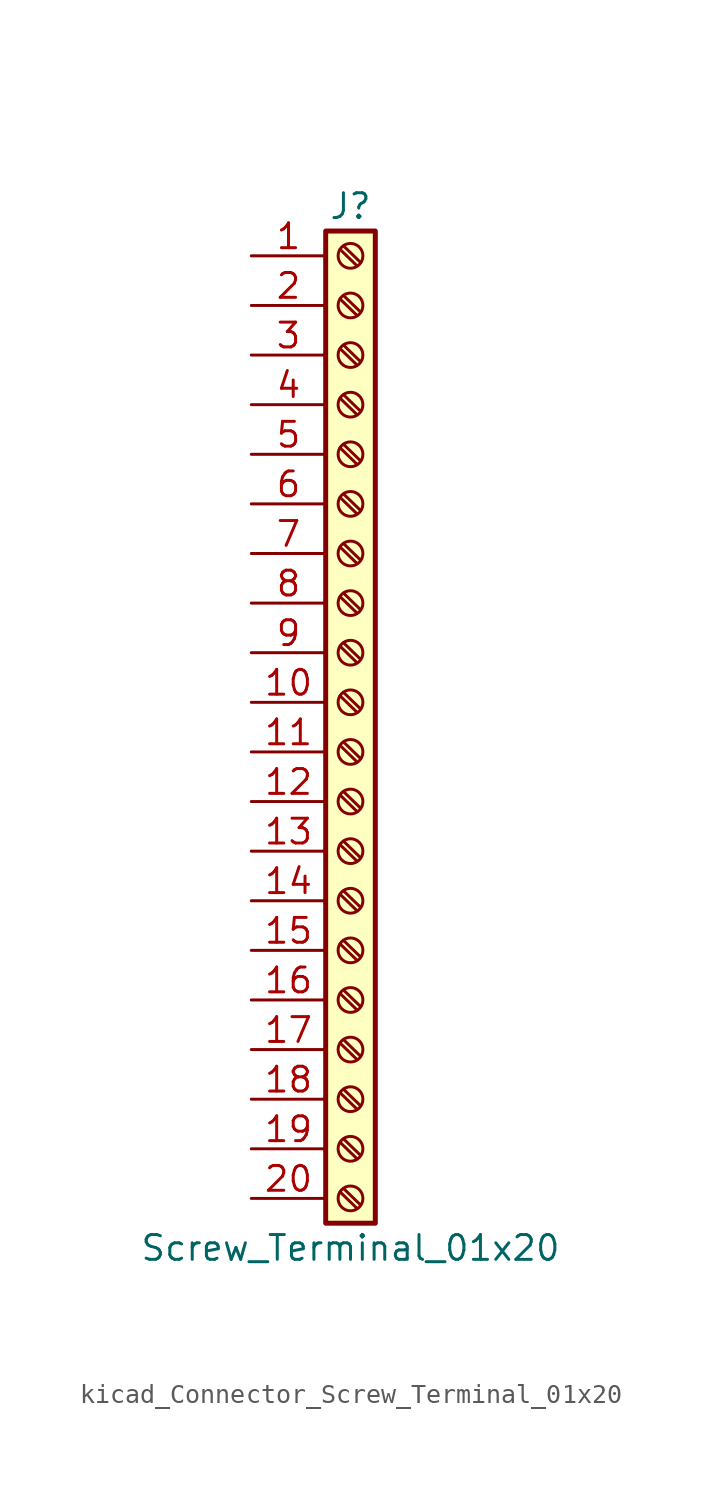
<source format=kicad_sym>
(kicad_symbol_lib
  (version 20220914)
  (generator kicad_symbol_editor)
  (symbol "kicad_Connector_Screw_Terminal_01x20"
    (pin_names
      (offset 1.016) hide)
    (property "Reference" "J"
      (at 0 25.4 0)
      (effects (font (size 1.27 1.27))))
    (property "Value" "Screw_Terminal_01x20"
      (at 0 -27.94 0)
      (effects (font (size 1.27 1.27))))
    (symbol "kicad_Connector_Screw_Terminal_01x20_1_1"
      (rectangle (start -1.27 24.13) (end 1.27 -26.67) (stroke (width 0.254) (type default)) (fill (type background)))
      (circle (center 0 -25.4) (radius 0.635) (stroke (width 0.152) (type default)) (fill (type none)))
      (circle (center 0 -22.86) (radius 0.635) (stroke (width 0.152) (type default)) (fill (type none)))
      (circle (center 0 -20.32) (radius 0.635) (stroke (width 0.152) (type default)) (fill (type none)))
      (circle (center 0 -17.78) (radius 0.635) (stroke (width 0.152) (type default)) (fill (type none)))
      (circle (center 0 -15.24) (radius 0.635) (stroke (width 0.152) (type default)) (fill (type none)))
      (circle (center 0 -12.7) (radius 0.635) (stroke (width 0.152) (type default)) (fill (type none)))
      (circle (center 0 -10.16) (radius 0.635) (stroke (width 0.152) (type default)) (fill (type none)))
      (circle (center 0 -7.62) (radius 0.635) (stroke (width 0.152) (type default)) (fill (type none)))
      (circle (center 0 -5.08) (radius 0.635) (stroke (width 0.152) (type default)) (fill (type none)))
      (circle (center 0 -2.54) (radius 0.635) (stroke (width 0.152) (type default)) (fill (type none)))
      (polyline (pts (xy -0.533 -25.07) (xy 0.33 -25.908)) (stroke (width 0.152) (type default)) (fill (type none)))
      (polyline (pts (xy -0.533 -22.53) (xy 0.33 -23.368)) (stroke (width 0.152) (type default)) (fill (type none)))
      (polyline (pts (xy -0.533 -19.99) (xy 0.33 -20.828)) (stroke (width 0.152) (type default)) (fill (type none)))
      (polyline (pts (xy -0.533 -17.45) (xy 0.33 -18.288)) (stroke (width 0.152) (type default)) (fill (type none)))
      (polyline (pts (xy -0.533 -14.91) (xy 0.33 -15.748)) (stroke (width 0.152) (type default)) (fill (type none)))
      (polyline (pts (xy -0.533 -12.37) (xy 0.33 -13.208)) (stroke (width 0.152) (type default)) (fill (type none)))
      (polyline (pts (xy -0.533 -9.83) (xy 0.33 -10.668)) (stroke (width 0.152) (type default)) (fill (type none)))
      (polyline (pts (xy -0.533 -7.29) (xy 0.33 -8.128)) (stroke (width 0.152) (type default)) (fill (type none)))
      (polyline (pts (xy -0.533 -4.75) (xy 0.33 -5.588)) (stroke (width 0.152) (type default)) (fill (type none)))
      (polyline (pts (xy -0.533 -2.21) (xy 0.33 -3.048)) (stroke (width 0.152) (type default)) (fill (type none)))
      (polyline (pts (xy -0.533 0.33) (xy 0.33 -0.508)) (stroke (width 0.152) (type default)) (fill (type none)))
      (polyline (pts (xy -0.533 2.87) (xy 0.33 2.032)) (stroke (width 0.152) (type default)) (fill (type none)))
      (polyline (pts (xy -0.533 5.41) (xy 0.33 4.572)) (stroke (width 0.152) (type default)) (fill (type none)))
      (polyline (pts (xy -0.533 7.95) (xy 0.33 7.112)) (stroke (width 0.152) (type default)) (fill (type none)))
      (polyline (pts (xy -0.533 10.49) (xy 0.33 9.652)) (stroke (width 0.152) (type default)) (fill (type none)))
      (polyline (pts (xy -0.533 13.03) (xy 0.33 12.192)) (stroke (width 0.152) (type default)) (fill (type none)))
      (polyline (pts (xy -0.533 15.57) (xy 0.33 14.732)) (stroke (width 0.152) (type default)) (fill (type none)))
      (polyline (pts (xy -0.533 18.11) (xy 0.33 17.272)) (stroke (width 0.152) (type default)) (fill (type none)))
      (polyline (pts (xy -0.533 20.65) (xy 0.33 19.812)) (stroke (width 0.152) (type default)) (fill (type none)))
      (polyline (pts (xy -0.533 23.19) (xy 0.33 22.352)) (stroke (width 0.152) (type default)) (fill (type none)))
      (polyline (pts (xy -0.356 -24.892) (xy 0.508 -25.73)) (stroke (width 0.152) (type default)) (fill (type none)))
      (polyline (pts (xy -0.356 -22.352) (xy 0.508 -23.19)) (stroke (width 0.152) (type default)) (fill (type none)))
      (polyline (pts (xy -0.356 -19.812) (xy 0.508 -20.65)) (stroke (width 0.152) (type default)) (fill (type none)))
      (polyline (pts (xy -0.356 -17.272) (xy 0.508 -18.11)) (stroke (width 0.152) (type default)) (fill (type none)))
      (polyline (pts (xy -0.356 -14.732) (xy 0.508 -15.57)) (stroke (width 0.152) (type default)) (fill (type none)))
      (polyline (pts (xy -0.356 -12.192) (xy 0.508 -13.03)) (stroke (width 0.152) (type default)) (fill (type none)))
      (polyline (pts (xy -0.356 -9.652) (xy 0.508 -10.49)) (stroke (width 0.152) (type default)) (fill (type none)))
      (polyline (pts (xy -0.356 -7.112) (xy 0.508 -7.95)) (stroke (width 0.152) (type default)) (fill (type none)))
      (polyline (pts (xy -0.356 -4.572) (xy 0.508 -5.41)) (stroke (width 0.152) (type default)) (fill (type none)))
      (polyline (pts (xy -0.356 -2.032) (xy 0.508 -2.87)) (stroke (width 0.152) (type default)) (fill (type none)))
      (polyline (pts (xy -0.356 0.508) (xy 0.508 -0.33)) (stroke (width 0.152) (type default)) (fill (type none)))
      (polyline (pts (xy -0.356 3.048) (xy 0.508 2.21)) (stroke (width 0.152) (type default)) (fill (type none)))
      (polyline (pts (xy -0.356 5.588) (xy 0.508 4.75)) (stroke (width 0.152) (type default)) (fill (type none)))
      (polyline (pts (xy -0.356 8.128) (xy 0.508 7.29)) (stroke (width 0.152) (type default)) (fill (type none)))
      (polyline (pts (xy -0.356 10.668) (xy 0.508 9.83)) (stroke (width 0.152) (type default)) (fill (type none)))
      (polyline (pts (xy -0.356 13.208) (xy 0.508 12.37)) (stroke (width 0.152) (type default)) (fill (type none)))
      (polyline (pts (xy -0.356 15.748) (xy 0.508 14.91)) (stroke (width 0.152) (type default)) (fill (type none)))
      (polyline (pts (xy -0.356 18.288) (xy 0.508 17.45)) (stroke (width 0.152) (type default)) (fill (type none)))
      (polyline (pts (xy -0.356 20.828) (xy 0.508 19.99)) (stroke (width 0.152) (type default)) (fill (type none)))
      (polyline (pts (xy -0.356 23.368) (xy 0.508 22.53)) (stroke (width 0.152) (type default)) (fill (type none)))
      (circle (center 0 0) (radius 0.635) (stroke (width 0.152) (type default)) (fill (type none)))
      (circle (center 0 2.54) (radius 0.635) (stroke (width 0.152) (type default)) (fill (type none)))
      (circle (center 0 5.08) (radius 0.635) (stroke (width 0.152) (type default)) (fill (type none)))
      (circle (center 0 7.62) (radius 0.635) (stroke (width 0.152) (type default)) (fill (type none)))
      (circle (center 0 10.16) (radius 0.635) (stroke (width 0.152) (type default)) (fill (type none)))
      (circle (center 0 12.7) (radius 0.635) (stroke (width 0.152) (type default)) (fill (type none)))
      (circle (center 0 15.24) (radius 0.635) (stroke (width 0.152) (type default)) (fill (type none)))
      (circle (center 0 17.78) (radius 0.635) (stroke (width 0.152) (type default)) (fill (type none)))
      (circle (center 0 20.32) (radius 0.635) (stroke (width 0.152) (type default)) (fill (type none)))
      (circle (center 0 22.86) (radius 0.635) (stroke (width 0.152) (type default)) (fill (type none)))
      (pin passive line (at -5.08 22.86 0) (length 3.81) (name "Pin_1" (effects (font (size 1.27 1.27)))) (number "1" (effects (font (size 1.27 1.27)))))
      (pin passive line (at -5.08 0 0) (length 3.81) (name "Pin_10" (effects (font (size 1.27 1.27)))) (number "10" (effects (font (size 1.27 1.27)))))
      (pin passive line (at -5.08 -2.54 0) (length 3.81) (name "Pin_11" (effects (font (size 1.27 1.27)))) (number "11" (effects (font (size 1.27 1.27)))))
      (pin passive line (at -5.08 -5.08 0) (length 3.81) (name "Pin_12" (effects (font (size 1.27 1.27)))) (number "12" (effects (font (size 1.27 1.27)))))
      (pin passive line (at -5.08 -7.62 0) (length 3.81) (name "Pin_13" (effects (font (size 1.27 1.27)))) (number "13" (effects (font (size 1.27 1.27)))))
      (pin passive line (at -5.08 -10.16 0) (length 3.81) (name "Pin_14" (effects (font (size 1.27 1.27)))) (number "14" (effects (font (size 1.27 1.27)))))
      (pin passive line (at -5.08 -12.7 0) (length 3.81) (name "Pin_15" (effects (font (size 1.27 1.27)))) (number "15" (effects (font (size 1.27 1.27)))))
      (pin passive line (at -5.08 -15.24 0) (length 3.81) (name "Pin_16" (effects (font (size 1.27 1.27)))) (number "16" (effects (font (size 1.27 1.27)))))
      (pin passive line (at -5.08 -17.78 0) (length 3.81) (name "Pin_17" (effects (font (size 1.27 1.27)))) (number "17" (effects (font (size 1.27 1.27)))))
      (pin passive line (at -5.08 -20.32 0) (length 3.81) (name "Pin_18" (effects (font (size 1.27 1.27)))) (number "18" (effects (font (size 1.27 1.27)))))
      (pin passive line (at -5.08 -22.86 0) (length 3.81) (name "Pin_19" (effects (font (size 1.27 1.27)))) (number "19" (effects (font (size 1.27 1.27)))))
      (pin passive line (at -5.08 20.32 0) (length 3.81) (name "Pin_2" (effects (font (size 1.27 1.27)))) (number "2" (effects (font (size 1.27 1.27)))))
      (pin passive line (at -5.08 -25.4 0) (length 3.81) (name "Pin_20" (effects (font (size 1.27 1.27)))) (number "20" (effects (font (size 1.27 1.27)))))
      (pin passive line (at -5.08 17.78 0) (length 3.81) (name "Pin_3" (effects (font (size 1.27 1.27)))) (number "3" (effects (font (size 1.27 1.27)))))
      (pin passive line (at -5.08 15.24 0) (length 3.81) (name "Pin_4" (effects (font (size 1.27 1.27)))) (number "4" (effects (font (size 1.27 1.27)))))
      (pin passive line (at -5.08 12.7 0) (length 3.81) (name "Pin_5" (effects (font (size 1.27 1.27)))) (number "5" (effects (font (size 1.27 1.27)))))
      (pin passive line (at -5.08 10.16 0) (length 3.81) (name "Pin_6" (effects (font (size 1.27 1.27)))) (number "6" (effects (font (size 1.27 1.27)))))
      (pin passive line (at -5.08 7.62 0) (length 3.81) (name "Pin_7" (effects (font (size 1.27 1.27)))) (number "7" (effects (font (size 1.27 1.27)))))
      (pin passive line (at -5.08 5.08 0) (length 3.81) (name "Pin_8" (effects (font (size 1.27 1.27)))) (number "8" (effects (font (size 1.27 1.27)))))
      (pin passive line (at -5.08 2.54 0) (length 3.81) (name "Pin_9" (effects (font (size 1.27 1.27)))) (number "9" (effects (font (size 1.27 1.27))))))))
</source>
